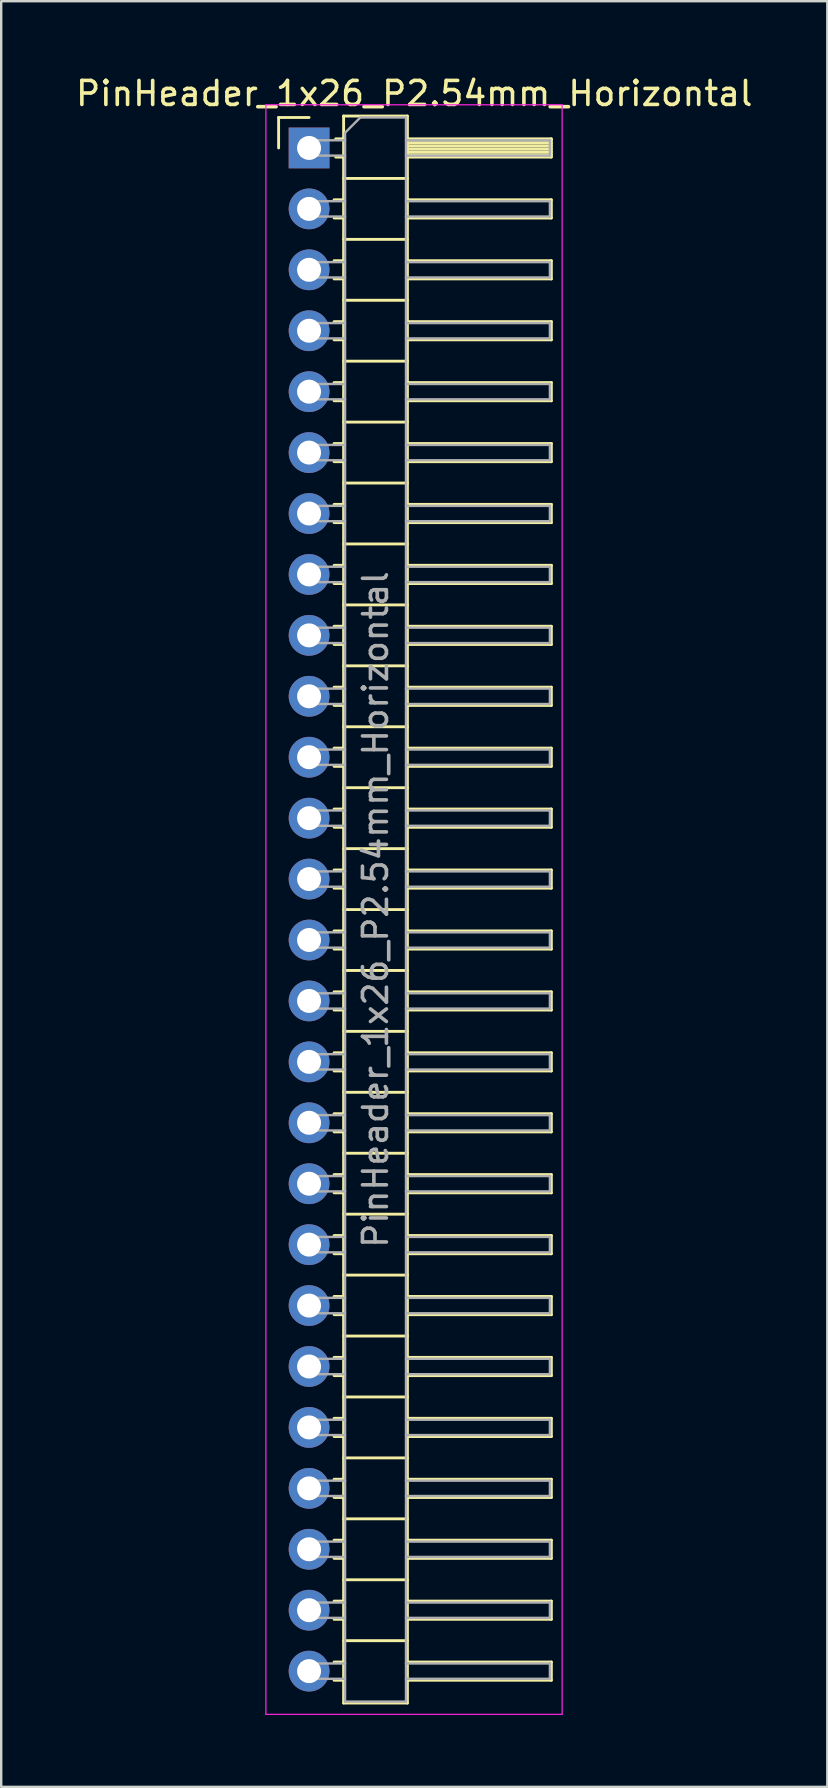
<source format=kicad_pcb>
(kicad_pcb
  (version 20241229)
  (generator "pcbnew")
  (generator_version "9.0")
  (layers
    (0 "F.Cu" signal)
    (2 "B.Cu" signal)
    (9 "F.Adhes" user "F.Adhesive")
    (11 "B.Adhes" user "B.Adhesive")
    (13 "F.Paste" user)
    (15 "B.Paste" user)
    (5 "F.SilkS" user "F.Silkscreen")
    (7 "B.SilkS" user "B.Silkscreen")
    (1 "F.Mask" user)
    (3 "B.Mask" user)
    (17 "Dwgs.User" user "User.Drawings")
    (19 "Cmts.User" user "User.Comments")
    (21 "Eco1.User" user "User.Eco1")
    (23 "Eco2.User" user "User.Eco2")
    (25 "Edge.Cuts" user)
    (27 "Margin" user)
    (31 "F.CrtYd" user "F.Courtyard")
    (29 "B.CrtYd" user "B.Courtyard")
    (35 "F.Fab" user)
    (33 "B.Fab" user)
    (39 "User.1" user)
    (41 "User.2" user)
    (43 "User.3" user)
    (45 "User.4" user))
  (footprint "PinHeader_1x26_P2.54mm_Horizontal"
    (layer "F.Cu")
    (at 9.835 3.118)
    (property "Reference" "PinHeader_1x26_P2.54mm_Horizontal" (at 4.385 -2.27 0) (layer "F.SilkS") (effects (font (size 1 1) (thickness 0.15))))
    (attr through_hole)
    (fp_line (start -1.27 -1.27) (end 0 -1.27) (stroke (width 0.12) (type solid)) (layer "F.SilkS"))
    (fp_line (start -1.27 0) (end -1.27 -1.27) (stroke (width 0.12) (type solid)) (layer "F.SilkS"))
    (fp_line (start 1.043 2.16) (end 1.44 2.16) (stroke (width 0.12) (type solid)) (layer "F.SilkS"))
    (fp_line (start 1.043 2.92) (end 1.44 2.92) (stroke (width 0.12) (type solid)) (layer "F.SilkS"))
    (fp_line (start 1.043 4.7) (end 1.44 4.7) (stroke (width 0.12) (type solid)) (layer "F.SilkS"))
    (fp_line (start 1.043 5.46) (end 1.44 5.46) (stroke (width 0.12) (type solid)) (layer "F.SilkS"))
    (fp_line (start 1.043 7.24) (end 1.44 7.24) (stroke (width 0.12) (type solid)) (layer "F.SilkS"))
    (fp_line (start 1.043 8) (end 1.44 8) (stroke (width 0.12) (type solid)) (layer "F.SilkS"))
    (fp_line (start 1.043 9.78) (end 1.44 9.78) (stroke (width 0.12) (type solid)) (layer "F.SilkS"))
    (fp_line (start 1.043 10.54) (end 1.44 10.54) (stroke (width 0.12) (type solid)) (layer "F.SilkS"))
    (fp_line (start 1.043 12.32) (end 1.44 12.32) (stroke (width 0.12) (type solid)) (layer "F.SilkS"))
    (fp_line (start 1.043 13.08) (end 1.44 13.08) (stroke (width 0.12) (type solid)) (layer "F.SilkS"))
    (fp_line (start 1.043 14.86) (end 1.44 14.86) (stroke (width 0.12) (type solid)) (layer "F.SilkS"))
    (fp_line (start 1.043 15.62) (end 1.44 15.62) (stroke (width 0.12) (type solid)) (layer "F.SilkS"))
    (fp_line (start 1.043 17.4) (end 1.44 17.4) (stroke (width 0.12) (type solid)) (layer "F.SilkS"))
    (fp_line (start 1.043 18.16) (end 1.44 18.16) (stroke (width 0.12) (type solid)) (layer "F.SilkS"))
    (fp_line (start 1.043 19.94) (end 1.44 19.94) (stroke (width 0.12) (type solid)) (layer "F.SilkS"))
    (fp_line (start 1.043 20.7) (end 1.44 20.7) (stroke (width 0.12) (type solid)) (layer "F.SilkS"))
    (fp_line (start 1.043 22.48) (end 1.44 22.48) (stroke (width 0.12) (type solid)) (layer "F.SilkS"))
    (fp_line (start 1.043 23.24) (end 1.44 23.24) (stroke (width 0.12) (type solid)) (layer "F.SilkS"))
    (fp_line (start 1.043 25.02) (end 1.44 25.02) (stroke (width 0.12) (type solid)) (layer "F.SilkS"))
    (fp_line (start 1.043 25.78) (end 1.44 25.78) (stroke (width 0.12) (type solid)) (layer "F.SilkS"))
    (fp_line (start 1.043 27.56) (end 1.44 27.56) (stroke (width 0.12) (type solid)) (layer "F.SilkS"))
    (fp_line (start 1.043 28.32) (end 1.44 28.32) (stroke (width 0.12) (type solid)) (layer "F.SilkS"))
    (fp_line (start 1.043 30.1) (end 1.44 30.1) (stroke (width 0.12) (type solid)) (layer "F.SilkS"))
    (fp_line (start 1.043 30.86) (end 1.44 30.86) (stroke (width 0.12) (type solid)) (layer "F.SilkS"))
    (fp_line (start 1.043 32.64) (end 1.44 32.64) (stroke (width 0.12) (type solid)) (layer "F.SilkS"))
    (fp_line (start 1.043 33.4) (end 1.44 33.4) (stroke (width 0.12) (type solid)) (layer "F.SilkS"))
    (fp_line (start 1.043 35.18) (end 1.44 35.18) (stroke (width 0.12) (type solid)) (layer "F.SilkS"))
    (fp_line (start 1.043 35.94) (end 1.44 35.94) (stroke (width 0.12) (type solid)) (layer "F.SilkS"))
    (fp_line (start 1.043 37.72) (end 1.44 37.72) (stroke (width 0.12) (type solid)) (layer "F.SilkS"))
    (fp_line (start 1.043 38.48) (end 1.44 38.48) (stroke (width 0.12) (type solid)) (layer "F.SilkS"))
    (fp_line (start 1.043 40.26) (end 1.44 40.26) (stroke (width 0.12) (type solid)) (layer "F.SilkS"))
    (fp_line (start 1.043 41.02) (end 1.44 41.02) (stroke (width 0.12) (type solid)) (layer "F.SilkS"))
    (fp_line (start 1.043 42.8) (end 1.44 42.8) (stroke (width 0.12) (type solid)) (layer "F.SilkS"))
    (fp_line (start 1.043 43.56) (end 1.44 43.56) (stroke (width 0.12) (type solid)) (layer "F.SilkS"))
    (fp_line (start 1.043 45.34) (end 1.44 45.34) (stroke (width 0.12) (type solid)) (layer "F.SilkS"))
    (fp_line (start 1.043 46.1) (end 1.44 46.1) (stroke (width 0.12) (type solid)) (layer "F.SilkS"))
    (fp_line (start 1.043 47.88) (end 1.44 47.88) (stroke (width 0.12) (type solid)) (layer "F.SilkS"))
    (fp_line (start 1.043 48.64) (end 1.44 48.64) (stroke (width 0.12) (type solid)) (layer "F.SilkS"))
    (fp_line (start 1.043 50.42) (end 1.44 50.42) (stroke (width 0.12) (type solid)) (layer "F.SilkS"))
    (fp_line (start 1.043 51.18) (end 1.44 51.18) (stroke (width 0.12) (type solid)) (layer "F.SilkS"))
    (fp_line (start 1.043 52.96) (end 1.44 52.96) (stroke (width 0.12) (type solid)) (layer "F.SilkS"))
    (fp_line (start 1.043 53.72) (end 1.44 53.72) (stroke (width 0.12) (type solid)) (layer "F.SilkS"))
    (fp_line (start 1.043 55.5) (end 1.44 55.5) (stroke (width 0.12) (type solid)) (layer "F.SilkS"))
    (fp_line (start 1.043 56.26) (end 1.44 56.26) (stroke (width 0.12) (type solid)) (layer "F.SilkS"))
    (fp_line (start 1.043 58.04) (end 1.44 58.04) (stroke (width 0.12) (type solid)) (layer "F.SilkS"))
    (fp_line (start 1.043 58.8) (end 1.44 58.8) (stroke (width 0.12) (type solid)) (layer "F.SilkS"))
    (fp_line (start 1.043 60.58) (end 1.44 60.58) (stroke (width 0.12) (type solid)) (layer "F.SilkS"))
    (fp_line (start 1.043 61.34) (end 1.44 61.34) (stroke (width 0.12) (type solid)) (layer "F.SilkS"))
    (fp_line (start 1.043 63.12) (end 1.44 63.12) (stroke (width 0.12) (type solid)) (layer "F.SilkS"))
    (fp_line (start 1.043 63.88) (end 1.44 63.88) (stroke (width 0.12) (type solid)) (layer "F.SilkS"))
    (fp_line (start 1.11 -0.38) (end 1.44 -0.38) (stroke (width 0.12) (type solid)) (layer "F.SilkS"))
    (fp_line (start 1.11 0.38) (end 1.44 0.38) (stroke (width 0.12) (type solid)) (layer "F.SilkS"))
    (fp_line (start 1.44 -1.33) (end 1.44 64.83) (stroke (width 0.12) (type solid)) (layer "F.SilkS"))
    (fp_line (start 1.44 1.27) (end 4.1 1.27) (stroke (width 0.12) (type solid)) (layer "F.SilkS"))
    (fp_line (start 1.44 3.81) (end 4.1 3.81) (stroke (width 0.12) (type solid)) (layer "F.SilkS"))
    (fp_line (start 1.44 6.35) (end 4.1 6.35) (stroke (width 0.12) (type solid)) (layer "F.SilkS"))
    (fp_line (start 1.44 8.89) (end 4.1 8.89) (stroke (width 0.12) (type solid)) (layer "F.SilkS"))
    (fp_line (start 1.44 11.43) (end 4.1 11.43) (stroke (width 0.12) (type solid)) (layer "F.SilkS"))
    (fp_line (start 1.44 13.97) (end 4.1 13.97) (stroke (width 0.12) (type solid)) (layer "F.SilkS"))
    (fp_line (start 1.44 16.51) (end 4.1 16.51) (stroke (width 0.12) (type solid)) (layer "F.SilkS"))
    (fp_line (start 1.44 19.05) (end 4.1 19.05) (stroke (width 0.12) (type solid)) (layer "F.SilkS"))
    (fp_line (start 1.44 21.59) (end 4.1 21.59) (stroke (width 0.12) (type solid)) (layer "F.SilkS"))
    (fp_line (start 1.44 24.13) (end 4.1 24.13) (stroke (width 0.12) (type solid)) (layer "F.SilkS"))
    (fp_line (start 1.44 26.67) (end 4.1 26.67) (stroke (width 0.12) (type solid)) (layer "F.SilkS"))
    (fp_line (start 1.44 29.21) (end 4.1 29.21) (stroke (width 0.12) (type solid)) (layer "F.SilkS"))
    (fp_line (start 1.44 31.75) (end 4.1 31.75) (stroke (width 0.12) (type solid)) (layer "F.SilkS"))
    (fp_line (start 1.44 34.29) (end 4.1 34.29) (stroke (width 0.12) (type solid)) (layer "F.SilkS"))
    (fp_line (start 1.44 36.83) (end 4.1 36.83) (stroke (width 0.12) (type solid)) (layer "F.SilkS"))
    (fp_line (start 1.44 39.37) (end 4.1 39.37) (stroke (width 0.12) (type solid)) (layer "F.SilkS"))
    (fp_line (start 1.44 41.91) (end 4.1 41.91) (stroke (width 0.12) (type solid)) (layer "F.SilkS"))
    (fp_line (start 1.44 44.45) (end 4.1 44.45) (stroke (width 0.12) (type solid)) (layer "F.SilkS"))
    (fp_line (start 1.44 46.99) (end 4.1 46.99) (stroke (width 0.12) (type solid)) (layer "F.SilkS"))
    (fp_line (start 1.44 49.53) (end 4.1 49.53) (stroke (width 0.12) (type solid)) (layer "F.SilkS"))
    (fp_line (start 1.44 52.07) (end 4.1 52.07) (stroke (width 0.12) (type solid)) (layer "F.SilkS"))
    (fp_line (start 1.44 54.61) (end 4.1 54.61) (stroke (width 0.12) (type solid)) (layer "F.SilkS"))
    (fp_line (start 1.44 57.15) (end 4.1 57.15) (stroke (width 0.12) (type solid)) (layer "F.SilkS"))
    (fp_line (start 1.44 59.69) (end 4.1 59.69) (stroke (width 0.12) (type solid)) (layer "F.SilkS"))
    (fp_line (start 1.44 62.23) (end 4.1 62.23) (stroke (width 0.12) (type solid)) (layer "F.SilkS"))
    (fp_line (start 1.44 64.83) (end 4.1 64.83) (stroke (width 0.12) (type solid)) (layer "F.SilkS"))
    (fp_line (start 4.1 -1.33) (end 1.44 -1.33) (stroke (width 0.12) (type solid)) (layer "F.SilkS"))
    (fp_line (start 4.1 -0.38) (end 10.1 -0.38) (stroke (width 0.12) (type solid)) (layer "F.SilkS"))
    (fp_line (start 4.1 -0.32) (end 10.1 -0.32) (stroke (width 0.12) (type solid)) (layer "F.SilkS"))
    (fp_line (start 4.1 -0.2) (end 10.1 -0.2) (stroke (width 0.12) (type solid)) (layer "F.SilkS"))
    (fp_line (start 4.1 -0.08) (end 10.1 -0.08) (stroke (width 0.12) (type solid)) (layer "F.SilkS"))
    (fp_line (start 4.1 0.04) (end 10.1 0.04) (stroke (width 0.12) (type solid)) (layer "F.SilkS"))
    (fp_line (start 4.1 0.16) (end 10.1 0.16) (stroke (width 0.12) (type solid)) (layer "F.SilkS"))
    (fp_line (start 4.1 0.28) (end 10.1 0.28) (stroke (width 0.12) (type solid)) (layer "F.SilkS"))
    (fp_line (start 4.1 2.16) (end 10.1 2.16) (stroke (width 0.12) (type solid)) (layer "F.SilkS"))
    (fp_line (start 4.1 4.7) (end 10.1 4.7) (stroke (width 0.12) (type solid)) (layer "F.SilkS"))
    (fp_line (start 4.1 7.24) (end 10.1 7.24) (stroke (width 0.12) (type solid)) (layer "F.SilkS"))
    (fp_line (start 4.1 9.78) (end 10.1 9.78) (stroke (width 0.12) (type solid)) (layer "F.SilkS"))
    (fp_line (start 4.1 12.32) (end 10.1 12.32) (stroke (width 0.12) (type solid)) (layer "F.SilkS"))
    (fp_line (start 4.1 14.86) (end 10.1 14.86) (stroke (width 0.12) (type solid)) (layer "F.SilkS"))
    (fp_line (start 4.1 17.4) (end 10.1 17.4) (stroke (width 0.12) (type solid)) (layer "F.SilkS"))
    (fp_line (start 4.1 19.94) (end 10.1 19.94) (stroke (width 0.12) (type solid)) (layer "F.SilkS"))
    (fp_line (start 4.1 22.48) (end 10.1 22.48) (stroke (width 0.12) (type solid)) (layer "F.SilkS"))
    (fp_line (start 4.1 25.02) (end 10.1 25.02) (stroke (width 0.12) (type solid)) (layer "F.SilkS"))
    (fp_line (start 4.1 27.56) (end 10.1 27.56) (stroke (width 0.12) (type solid)) (layer "F.SilkS"))
    (fp_line (start 4.1 30.1) (end 10.1 30.1) (stroke (width 0.12) (type solid)) (layer "F.SilkS"))
    (fp_line (start 4.1 32.64) (end 10.1 32.64) (stroke (width 0.12) (type solid)) (layer "F.SilkS"))
    (fp_line (start 4.1 35.18) (end 10.1 35.18) (stroke (width 0.12) (type solid)) (layer "F.SilkS"))
    (fp_line (start 4.1 37.72) (end 10.1 37.72) (stroke (width 0.12) (type solid)) (layer "F.SilkS"))
    (fp_line (start 4.1 40.26) (end 10.1 40.26) (stroke (width 0.12) (type solid)) (layer "F.SilkS"))
    (fp_line (start 4.1 42.8) (end 10.1 42.8) (stroke (width 0.12) (type solid)) (layer "F.SilkS"))
    (fp_line (start 4.1 45.34) (end 10.1 45.34) (stroke (width 0.12) (type solid)) (layer "F.SilkS"))
    (fp_line (start 4.1 47.88) (end 10.1 47.88) (stroke (width 0.12) (type solid)) (layer "F.SilkS"))
    (fp_line (start 4.1 50.42) (end 10.1 50.42) (stroke (width 0.12) (type solid)) (layer "F.SilkS"))
    (fp_line (start 4.1 52.96) (end 10.1 52.96) (stroke (width 0.12) (type solid)) (layer "F.SilkS"))
    (fp_line (start 4.1 55.5) (end 10.1 55.5) (stroke (width 0.12) (type solid)) (layer "F.SilkS"))
    (fp_line (start 4.1 58.04) (end 10.1 58.04) (stroke (width 0.12) (type solid)) (layer "F.SilkS"))
    (fp_line (start 4.1 60.58) (end 10.1 60.58) (stroke (width 0.12) (type solid)) (layer "F.SilkS"))
    (fp_line (start 4.1 63.12) (end 10.1 63.12) (stroke (width 0.12) (type solid)) (layer "F.SilkS"))
    (fp_line (start 4.1 64.83) (end 4.1 -1.33) (stroke (width 0.12) (type solid)) (layer "F.SilkS"))
    (fp_line (start 10.1 -0.38) (end 10.1 0.38) (stroke (width 0.12) (type solid)) (layer "F.SilkS"))
    (fp_line (start 10.1 0.38) (end 4.1 0.38) (stroke (width 0.12) (type solid)) (layer "F.SilkS"))
    (fp_line (start 10.1 2.16) (end 10.1 2.92) (stroke (width 0.12) (type solid)) (layer "F.SilkS"))
    (fp_line (start 10.1 2.92) (end 4.1 2.92) (stroke (width 0.12) (type solid)) (layer "F.SilkS"))
    (fp_line (start 10.1 4.7) (end 10.1 5.46) (stroke (width 0.12) (type solid)) (layer "F.SilkS"))
    (fp_line (start 10.1 5.46) (end 4.1 5.46) (stroke (width 0.12) (type solid)) (layer "F.SilkS"))
    (fp_line (start 10.1 7.24) (end 10.1 8) (stroke (width 0.12) (type solid)) (layer "F.SilkS"))
    (fp_line (start 10.1 8) (end 4.1 8) (stroke (width 0.12) (type solid)) (layer "F.SilkS"))
    (fp_line (start 10.1 9.78) (end 10.1 10.54) (stroke (width 0.12) (type solid)) (layer "F.SilkS"))
    (fp_line (start 10.1 10.54) (end 4.1 10.54) (stroke (width 0.12) (type solid)) (layer "F.SilkS"))
    (fp_line (start 10.1 12.32) (end 10.1 13.08) (stroke (width 0.12) (type solid)) (layer "F.SilkS"))
    (fp_line (start 10.1 13.08) (end 4.1 13.08) (stroke (width 0.12) (type solid)) (layer "F.SilkS"))
    (fp_line (start 10.1 14.86) (end 10.1 15.62) (stroke (width 0.12) (type solid)) (layer "F.SilkS"))
    (fp_line (start 10.1 15.62) (end 4.1 15.62) (stroke (width 0.12) (type solid)) (layer "F.SilkS"))
    (fp_line (start 10.1 17.4) (end 10.1 18.16) (stroke (width 0.12) (type solid)) (layer "F.SilkS"))
    (fp_line (start 10.1 18.16) (end 4.1 18.16) (stroke (width 0.12) (type solid)) (layer "F.SilkS"))
    (fp_line (start 10.1 19.94) (end 10.1 20.7) (stroke (width 0.12) (type solid)) (layer "F.SilkS"))
    (fp_line (start 10.1 20.7) (end 4.1 20.7) (stroke (width 0.12) (type solid)) (layer "F.SilkS"))
    (fp_line (start 10.1 22.48) (end 10.1 23.24) (stroke (width 0.12) (type solid)) (layer "F.SilkS"))
    (fp_line (start 10.1 23.24) (end 4.1 23.24) (stroke (width 0.12) (type solid)) (layer "F.SilkS"))
    (fp_line (start 10.1 25.02) (end 10.1 25.78) (stroke (width 0.12) (type solid)) (layer "F.SilkS"))
    (fp_line (start 10.1 25.78) (end 4.1 25.78) (stroke (width 0.12) (type solid)) (layer "F.SilkS"))
    (fp_line (start 10.1 27.56) (end 10.1 28.32) (stroke (width 0.12) (type solid)) (layer "F.SilkS"))
    (fp_line (start 10.1 28.32) (end 4.1 28.32) (stroke (width 0.12) (type solid)) (layer "F.SilkS"))
    (fp_line (start 10.1 30.1) (end 10.1 30.86) (stroke (width 0.12) (type solid)) (layer "F.SilkS"))
    (fp_line (start 10.1 30.86) (end 4.1 30.86) (stroke (width 0.12) (type solid)) (layer "F.SilkS"))
    (fp_line (start 10.1 32.64) (end 10.1 33.4) (stroke (width 0.12) (type solid)) (layer "F.SilkS"))
    (fp_line (start 10.1 33.4) (end 4.1 33.4) (stroke (width 0.12) (type solid)) (layer "F.SilkS"))
    (fp_line (start 10.1 35.18) (end 10.1 35.94) (stroke (width 0.12) (type solid)) (layer "F.SilkS"))
    (fp_line (start 10.1 35.94) (end 4.1 35.94) (stroke (width 0.12) (type solid)) (layer "F.SilkS"))
    (fp_line (start 10.1 37.72) (end 10.1 38.48) (stroke (width 0.12) (type solid)) (layer "F.SilkS"))
    (fp_line (start 10.1 38.48) (end 4.1 38.48) (stroke (width 0.12) (type solid)) (layer "F.SilkS"))
    (fp_line (start 10.1 40.26) (end 10.1 41.02) (stroke (width 0.12) (type solid)) (layer "F.SilkS"))
    (fp_line (start 10.1 41.02) (end 4.1 41.02) (stroke (width 0.12) (type solid)) (layer "F.SilkS"))
    (fp_line (start 10.1 42.8) (end 10.1 43.56) (stroke (width 0.12) (type solid)) (layer "F.SilkS"))
    (fp_line (start 10.1 43.56) (end 4.1 43.56) (stroke (width 0.12) (type solid)) (layer "F.SilkS"))
    (fp_line (start 10.1 45.34) (end 10.1 46.1) (stroke (width 0.12) (type solid)) (layer "F.SilkS"))
    (fp_line (start 10.1 46.1) (end 4.1 46.1) (stroke (width 0.12) (type solid)) (layer "F.SilkS"))
    (fp_line (start 10.1 47.88) (end 10.1 48.64) (stroke (width 0.12) (type solid)) (layer "F.SilkS"))
    (fp_line (start 10.1 48.64) (end 4.1 48.64) (stroke (width 0.12) (type solid)) (layer "F.SilkS"))
    (fp_line (start 10.1 50.42) (end 10.1 51.18) (stroke (width 0.12) (type solid)) (layer "F.SilkS"))
    (fp_line (start 10.1 51.18) (end 4.1 51.18) (stroke (width 0.12) (type solid)) (layer "F.SilkS"))
    (fp_line (start 10.1 52.96) (end 10.1 53.72) (stroke (width 0.12) (type solid)) (layer "F.SilkS"))
    (fp_line (start 10.1 53.72) (end 4.1 53.72) (stroke (width 0.12) (type solid)) (layer "F.SilkS"))
    (fp_line (start 10.1 55.5) (end 10.1 56.26) (stroke (width 0.12) (type solid)) (layer "F.SilkS"))
    (fp_line (start 10.1 56.26) (end 4.1 56.26) (stroke (width 0.12) (type solid)) (layer "F.SilkS"))
    (fp_line (start 10.1 58.04) (end 10.1 58.8) (stroke (width 0.12) (type solid)) (layer "F.SilkS"))
    (fp_line (start 10.1 58.8) (end 4.1 58.8) (stroke (width 0.12) (type solid)) (layer "F.SilkS"))
    (fp_line (start 10.1 60.58) (end 10.1 61.34) (stroke (width 0.12) (type solid)) (layer "F.SilkS"))
    (fp_line (start 10.1 61.34) (end 4.1 61.34) (stroke (width 0.12) (type solid)) (layer "F.SilkS"))
    (fp_line (start 10.1 63.12) (end 10.1 63.88) (stroke (width 0.12) (type solid)) (layer "F.SilkS"))
    (fp_line (start 10.1 63.88) (end 4.1 63.88) (stroke (width 0.12) (type solid)) (layer "F.SilkS"))
    (fp_line (start -1.8 -1.8) (end -1.8 65.3) (stroke (width 0.05) (type solid)) (layer "F.CrtYd"))
    (fp_line (start -1.8 65.3) (end 10.55 65.3) (stroke (width 0.05) (type solid)) (layer "F.CrtYd"))
    (fp_line (start 10.55 -1.8) (end -1.8 -1.8) (stroke (width 0.05) (type solid)) (layer "F.CrtYd"))
    (fp_line (start 10.55 65.3) (end 10.55 -1.8) (stroke (width 0.05) (type solid)) (layer "F.CrtYd"))
    (fp_line (start -0.32 -0.32) (end -0.32 0.32) (stroke (width 0.1) (type solid)) (layer "F.Fab"))
    (fp_line (start -0.32 -0.32) (end 1.5 -0.32) (stroke (width 0.1) (type solid)) (layer "F.Fab"))
    (fp_line (start -0.32 0.32) (end 1.5 0.32) (stroke (width 0.1) (type solid)) (layer "F.Fab"))
    (fp_line (start -0.32 2.22) (end -0.32 2.86) (stroke (width 0.1) (type solid)) (layer "F.Fab"))
    (fp_line (start -0.32 2.22) (end 1.5 2.22) (stroke (width 0.1) (type solid)) (layer "F.Fab"))
    (fp_line (start -0.32 2.86) (end 1.5 2.86) (stroke (width 0.1) (type solid)) (layer "F.Fab"))
    (fp_line (start -0.32 4.76) (end -0.32 5.4) (stroke (width 0.1) (type solid)) (layer "F.Fab"))
    (fp_line (start -0.32 4.76) (end 1.5 4.76) (stroke (width 0.1) (type solid)) (layer "F.Fab"))
    (fp_line (start -0.32 5.4) (end 1.5 5.4) (stroke (width 0.1) (type solid)) (layer "F.Fab"))
    (fp_line (start -0.32 7.3) (end -0.32 7.94) (stroke (width 0.1) (type solid)) (layer "F.Fab"))
    (fp_line (start -0.32 7.3) (end 1.5 7.3) (stroke (width 0.1) (type solid)) (layer "F.Fab"))
    (fp_line (start -0.32 7.94) (end 1.5 7.94) (stroke (width 0.1) (type solid)) (layer "F.Fab"))
    (fp_line (start -0.32 9.84) (end -0.32 10.48) (stroke (width 0.1) (type solid)) (layer "F.Fab"))
    (fp_line (start -0.32 9.84) (end 1.5 9.84) (stroke (width 0.1) (type solid)) (layer "F.Fab"))
    (fp_line (start -0.32 10.48) (end 1.5 10.48) (stroke (width 0.1) (type solid)) (layer "F.Fab"))
    (fp_line (start -0.32 12.38) (end -0.32 13.02) (stroke (width 0.1) (type solid)) (layer "F.Fab"))
    (fp_line (start -0.32 12.38) (end 1.5 12.38) (stroke (width 0.1) (type solid)) (layer "F.Fab"))
    (fp_line (start -0.32 13.02) (end 1.5 13.02) (stroke (width 0.1) (type solid)) (layer "F.Fab"))
    (fp_line (start -0.32 14.92) (end -0.32 15.56) (stroke (width 0.1) (type solid)) (layer "F.Fab"))
    (fp_line (start -0.32 14.92) (end 1.5 14.92) (stroke (width 0.1) (type solid)) (layer "F.Fab"))
    (fp_line (start -0.32 15.56) (end 1.5 15.56) (stroke (width 0.1) (type solid)) (layer "F.Fab"))
    (fp_line (start -0.32 17.46) (end -0.32 18.1) (stroke (width 0.1) (type solid)) (layer "F.Fab"))
    (fp_line (start -0.32 17.46) (end 1.5 17.46) (stroke (width 0.1) (type solid)) (layer "F.Fab"))
    (fp_line (start -0.32 18.1) (end 1.5 18.1) (stroke (width 0.1) (type solid)) (layer "F.Fab"))
    (fp_line (start -0.32 20) (end -0.32 20.64) (stroke (width 0.1) (type solid)) (layer "F.Fab"))
    (fp_line (start -0.32 20) (end 1.5 20) (stroke (width 0.1) (type solid)) (layer "F.Fab"))
    (fp_line (start -0.32 20.64) (end 1.5 20.64) (stroke (width 0.1) (type solid)) (layer "F.Fab"))
    (fp_line (start -0.32 22.54) (end -0.32 23.18) (stroke (width 0.1) (type solid)) (layer "F.Fab"))
    (fp_line (start -0.32 22.54) (end 1.5 22.54) (stroke (width 0.1) (type solid)) (layer "F.Fab"))
    (fp_line (start -0.32 23.18) (end 1.5 23.18) (stroke (width 0.1) (type solid)) (layer "F.Fab"))
    (fp_line (start -0.32 25.08) (end -0.32 25.72) (stroke (width 0.1) (type solid)) (layer "F.Fab"))
    (fp_line (start -0.32 25.08) (end 1.5 25.08) (stroke (width 0.1) (type solid)) (layer "F.Fab"))
    (fp_line (start -0.32 25.72) (end 1.5 25.72) (stroke (width 0.1) (type solid)) (layer "F.Fab"))
    (fp_line (start -0.32 27.62) (end -0.32 28.26) (stroke (width 0.1) (type solid)) (layer "F.Fab"))
    (fp_line (start -0.32 27.62) (end 1.5 27.62) (stroke (width 0.1) (type solid)) (layer "F.Fab"))
    (fp_line (start -0.32 28.26) (end 1.5 28.26) (stroke (width 0.1) (type solid)) (layer "F.Fab"))
    (fp_line (start -0.32 30.16) (end -0.32 30.8) (stroke (width 0.1) (type solid)) (layer "F.Fab"))
    (fp_line (start -0.32 30.16) (end 1.5 30.16) (stroke (width 0.1) (type solid)) (layer "F.Fab"))
    (fp_line (start -0.32 30.8) (end 1.5 30.8) (stroke (width 0.1) (type solid)) (layer "F.Fab"))
    (fp_line (start -0.32 32.7) (end -0.32 33.34) (stroke (width 0.1) (type solid)) (layer "F.Fab"))
    (fp_line (start -0.32 32.7) (end 1.5 32.7) (stroke (width 0.1) (type solid)) (layer "F.Fab"))
    (fp_line (start -0.32 33.34) (end 1.5 33.34) (stroke (width 0.1) (type solid)) (layer "F.Fab"))
    (fp_line (start -0.32 35.24) (end -0.32 35.88) (stroke (width 0.1) (type solid)) (layer "F.Fab"))
    (fp_line (start -0.32 35.24) (end 1.5 35.24) (stroke (width 0.1) (type solid)) (layer "F.Fab"))
    (fp_line (start -0.32 35.88) (end 1.5 35.88) (stroke (width 0.1) (type solid)) (layer "F.Fab"))
    (fp_line (start -0.32 37.78) (end -0.32 38.42) (stroke (width 0.1) (type solid)) (layer "F.Fab"))
    (fp_line (start -0.32 37.78) (end 1.5 37.78) (stroke (width 0.1) (type solid)) (layer "F.Fab"))
    (fp_line (start -0.32 38.42) (end 1.5 38.42) (stroke (width 0.1) (type solid)) (layer "F.Fab"))
    (fp_line (start -0.32 40.32) (end -0.32 40.96) (stroke (width 0.1) (type solid)) (layer "F.Fab"))
    (fp_line (start -0.32 40.32) (end 1.5 40.32) (stroke (width 0.1) (type solid)) (layer "F.Fab"))
    (fp_line (start -0.32 40.96) (end 1.5 40.96) (stroke (width 0.1) (type solid)) (layer "F.Fab"))
    (fp_line (start -0.32 42.86) (end -0.32 43.5) (stroke (width 0.1) (type solid)) (layer "F.Fab"))
    (fp_line (start -0.32 42.86) (end 1.5 42.86) (stroke (width 0.1) (type solid)) (layer "F.Fab"))
    (fp_line (start -0.32 43.5) (end 1.5 43.5) (stroke (width 0.1) (type solid)) (layer "F.Fab"))
    (fp_line (start -0.32 45.4) (end -0.32 46.04) (stroke (width 0.1) (type solid)) (layer "F.Fab"))
    (fp_line (start -0.32 45.4) (end 1.5 45.4) (stroke (width 0.1) (type solid)) (layer "F.Fab"))
    (fp_line (start -0.32 46.04) (end 1.5 46.04) (stroke (width 0.1) (type solid)) (layer "F.Fab"))
    (fp_line (start -0.32 47.94) (end -0.32 48.58) (stroke (width 0.1) (type solid)) (layer "F.Fab"))
    (fp_line (start -0.32 47.94) (end 1.5 47.94) (stroke (width 0.1) (type solid)) (layer "F.Fab"))
    (fp_line (start -0.32 48.58) (end 1.5 48.58) (stroke (width 0.1) (type solid)) (layer "F.Fab"))
    (fp_line (start -0.32 50.48) (end -0.32 51.12) (stroke (width 0.1) (type solid)) (layer "F.Fab"))
    (fp_line (start -0.32 50.48) (end 1.5 50.48) (stroke (width 0.1) (type solid)) (layer "F.Fab"))
    (fp_line (start -0.32 51.12) (end 1.5 51.12) (stroke (width 0.1) (type solid)) (layer "F.Fab"))
    (fp_line (start -0.32 53.02) (end -0.32 53.66) (stroke (width 0.1) (type solid)) (layer "F.Fab"))
    (fp_line (start -0.32 53.02) (end 1.5 53.02) (stroke (width 0.1) (type solid)) (layer "F.Fab"))
    (fp_line (start -0.32 53.66) (end 1.5 53.66) (stroke (width 0.1) (type solid)) (layer "F.Fab"))
    (fp_line (start -0.32 55.56) (end -0.32 56.2) (stroke (width 0.1) (type solid)) (layer "F.Fab"))
    (fp_line (start -0.32 55.56) (end 1.5 55.56) (stroke (width 0.1) (type solid)) (layer "F.Fab"))
    (fp_line (start -0.32 56.2) (end 1.5 56.2) (stroke (width 0.1) (type solid)) (layer "F.Fab"))
    (fp_line (start -0.32 58.1) (end -0.32 58.74) (stroke (width 0.1) (type solid)) (layer "F.Fab"))
    (fp_line (start -0.32 58.1) (end 1.5 58.1) (stroke (width 0.1) (type solid)) (layer "F.Fab"))
    (fp_line (start -0.32 58.74) (end 1.5 58.74) (stroke (width 0.1) (type solid)) (layer "F.Fab"))
    (fp_line (start -0.32 60.64) (end -0.32 61.28) (stroke (width 0.1) (type solid)) (layer "F.Fab"))
    (fp_line (start -0.32 60.64) (end 1.5 60.64) (stroke (width 0.1) (type solid)) (layer "F.Fab"))
    (fp_line (start -0.32 61.28) (end 1.5 61.28) (stroke (width 0.1) (type solid)) (layer "F.Fab"))
    (fp_line (start -0.32 63.18) (end -0.32 63.82) (stroke (width 0.1) (type solid)) (layer "F.Fab"))
    (fp_line (start -0.32 63.18) (end 1.5 63.18) (stroke (width 0.1) (type solid)) (layer "F.Fab"))
    (fp_line (start -0.32 63.82) (end 1.5 63.82) (stroke (width 0.1) (type solid)) (layer "F.Fab"))
    (fp_line (start 1.5 -0.635) (end 2.135 -1.27) (stroke (width 0.1) (type solid)) (layer "F.Fab"))
    (fp_line (start 1.5 64.77) (end 1.5 -0.635) (stroke (width 0.1) (type solid)) (layer "F.Fab"))
    (fp_line (start 2.135 -1.27) (end 4.04 -1.27) (stroke (width 0.1) (type solid)) (layer "F.Fab"))
    (fp_line (start 4.04 -1.27) (end 4.04 64.77) (stroke (width 0.1) (type solid)) (layer "F.Fab"))
    (fp_line (start 4.04 -0.32) (end 10.04 -0.32) (stroke (width 0.1) (type solid)) (layer "F.Fab"))
    (fp_line (start 4.04 0.32) (end 10.04 0.32) (stroke (width 0.1) (type solid)) (layer "F.Fab"))
    (fp_line (start 4.04 2.22) (end 10.04 2.22) (stroke (width 0.1) (type solid)) (layer "F.Fab"))
    (fp_line (start 4.04 2.86) (end 10.04 2.86) (stroke (width 0.1) (type solid)) (layer "F.Fab"))
    (fp_line (start 4.04 4.76) (end 10.04 4.76) (stroke (width 0.1) (type solid)) (layer "F.Fab"))
    (fp_line (start 4.04 5.4) (end 10.04 5.4) (stroke (width 0.1) (type solid)) (layer "F.Fab"))
    (fp_line (start 4.04 7.3) (end 10.04 7.3) (stroke (width 0.1) (type solid)) (layer "F.Fab"))
    (fp_line (start 4.04 7.94) (end 10.04 7.94) (stroke (width 0.1) (type solid)) (layer "F.Fab"))
    (fp_line (start 4.04 9.84) (end 10.04 9.84) (stroke (width 0.1) (type solid)) (layer "F.Fab"))
    (fp_line (start 4.04 10.48) (end 10.04 10.48) (stroke (width 0.1) (type solid)) (layer "F.Fab"))
    (fp_line (start 4.04 12.38) (end 10.04 12.38) (stroke (width 0.1) (type solid)) (layer "F.Fab"))
    (fp_line (start 4.04 13.02) (end 10.04 13.02) (stroke (width 0.1) (type solid)) (layer "F.Fab"))
    (fp_line (start 4.04 14.92) (end 10.04 14.92) (stroke (width 0.1) (type solid)) (layer "F.Fab"))
    (fp_line (start 4.04 15.56) (end 10.04 15.56) (stroke (width 0.1) (type solid)) (layer "F.Fab"))
    (fp_line (start 4.04 17.46) (end 10.04 17.46) (stroke (width 0.1) (type solid)) (layer "F.Fab"))
    (fp_line (start 4.04 18.1) (end 10.04 18.1) (stroke (width 0.1) (type solid)) (layer "F.Fab"))
    (fp_line (start 4.04 20) (end 10.04 20) (stroke (width 0.1) (type solid)) (layer "F.Fab"))
    (fp_line (start 4.04 20.64) (end 10.04 20.64) (stroke (width 0.1) (type solid)) (layer "F.Fab"))
    (fp_line (start 4.04 22.54) (end 10.04 22.54) (stroke (width 0.1) (type solid)) (layer "F.Fab"))
    (fp_line (start 4.04 23.18) (end 10.04 23.18) (stroke (width 0.1) (type solid)) (layer "F.Fab"))
    (fp_line (start 4.04 25.08) (end 10.04 25.08) (stroke (width 0.1) (type solid)) (layer "F.Fab"))
    (fp_line (start 4.04 25.72) (end 10.04 25.72) (stroke (width 0.1) (type solid)) (layer "F.Fab"))
    (fp_line (start 4.04 27.62) (end 10.04 27.62) (stroke (width 0.1) (type solid)) (layer "F.Fab"))
    (fp_line (start 4.04 28.26) (end 10.04 28.26) (stroke (width 0.1) (type solid)) (layer "F.Fab"))
    (fp_line (start 4.04 30.16) (end 10.04 30.16) (stroke (width 0.1) (type solid)) (layer "F.Fab"))
    (fp_line (start 4.04 30.8) (end 10.04 30.8) (stroke (width 0.1) (type solid)) (layer "F.Fab"))
    (fp_line (start 4.04 32.7) (end 10.04 32.7) (stroke (width 0.1) (type solid)) (layer "F.Fab"))
    (fp_line (start 4.04 33.34) (end 10.04 33.34) (stroke (width 0.1) (type solid)) (layer "F.Fab"))
    (fp_line (start 4.04 35.24) (end 10.04 35.24) (stroke (width 0.1) (type solid)) (layer "F.Fab"))
    (fp_line (start 4.04 35.88) (end 10.04 35.88) (stroke (width 0.1) (type solid)) (layer "F.Fab"))
    (fp_line (start 4.04 37.78) (end 10.04 37.78) (stroke (width 0.1) (type solid)) (layer "F.Fab"))
    (fp_line (start 4.04 38.42) (end 10.04 38.42) (stroke (width 0.1) (type solid)) (layer "F.Fab"))
    (fp_line (start 4.04 40.32) (end 10.04 40.32) (stroke (width 0.1) (type solid)) (layer "F.Fab"))
    (fp_line (start 4.04 40.96) (end 10.04 40.96) (stroke (width 0.1) (type solid)) (layer "F.Fab"))
    (fp_line (start 4.04 42.86) (end 10.04 42.86) (stroke (width 0.1) (type solid)) (layer "F.Fab"))
    (fp_line (start 4.04 43.5) (end 10.04 43.5) (stroke (width 0.1) (type solid)) (layer "F.Fab"))
    (fp_line (start 4.04 45.4) (end 10.04 45.4) (stroke (width 0.1) (type solid)) (layer "F.Fab"))
    (fp_line (start 4.04 46.04) (end 10.04 46.04) (stroke (width 0.1) (type solid)) (layer "F.Fab"))
    (fp_line (start 4.04 47.94) (end 10.04 47.94) (stroke (width 0.1) (type solid)) (layer "F.Fab"))
    (fp_line (start 4.04 48.58) (end 10.04 48.58) (stroke (width 0.1) (type solid)) (layer "F.Fab"))
    (fp_line (start 4.04 50.48) (end 10.04 50.48) (stroke (width 0.1) (type solid)) (layer "F.Fab"))
    (fp_line (start 4.04 51.12) (end 10.04 51.12) (stroke (width 0.1) (type solid)) (layer "F.Fab"))
    (fp_line (start 4.04 53.02) (end 10.04 53.02) (stroke (width 0.1) (type solid)) (layer "F.Fab"))
    (fp_line (start 4.04 53.66) (end 10.04 53.66) (stroke (width 0.1) (type solid)) (layer "F.Fab"))
    (fp_line (start 4.04 55.56) (end 10.04 55.56) (stroke (width 0.1) (type solid)) (layer "F.Fab"))
    (fp_line (start 4.04 56.2) (end 10.04 56.2) (stroke (width 0.1) (type solid)) (layer "F.Fab"))
    (fp_line (start 4.04 58.1) (end 10.04 58.1) (stroke (width 0.1) (type solid)) (layer "F.Fab"))
    (fp_line (start 4.04 58.74) (end 10.04 58.74) (stroke (width 0.1) (type solid)) (layer "F.Fab"))
    (fp_line (start 4.04 60.64) (end 10.04 60.64) (stroke (width 0.1) (type solid)) (layer "F.Fab"))
    (fp_line (start 4.04 61.28) (end 10.04 61.28) (stroke (width 0.1) (type solid)) (layer "F.Fab"))
    (fp_line (start 4.04 63.18) (end 10.04 63.18) (stroke (width 0.1) (type solid)) (layer "F.Fab"))
    (fp_line (start 4.04 63.82) (end 10.04 63.82) (stroke (width 0.1) (type solid)) (layer "F.Fab"))
    (fp_line (start 4.04 64.77) (end 1.5 64.77) (stroke (width 0.1) (type solid)) (layer "F.Fab"))
    (fp_line (start 10.04 -0.32) (end 10.04 0.32) (stroke (width 0.1) (type solid)) (layer "F.Fab"))
    (fp_line (start 10.04 2.22) (end 10.04 2.86) (stroke (width 0.1) (type solid)) (layer "F.Fab"))
    (fp_line (start 10.04 4.76) (end 10.04 5.4) (stroke (width 0.1) (type solid)) (layer "F.Fab"))
    (fp_line (start 10.04 7.3) (end 10.04 7.94) (stroke (width 0.1) (type solid)) (layer "F.Fab"))
    (fp_line (start 10.04 9.84) (end 10.04 10.48) (stroke (width 0.1) (type solid)) (layer "F.Fab"))
    (fp_line (start 10.04 12.38) (end 10.04 13.02) (stroke (width 0.1) (type solid)) (layer "F.Fab"))
    (fp_line (start 10.04 14.92) (end 10.04 15.56) (stroke (width 0.1) (type solid)) (layer "F.Fab"))
    (fp_line (start 10.04 17.46) (end 10.04 18.1) (stroke (width 0.1) (type solid)) (layer "F.Fab"))
    (fp_line (start 10.04 20) (end 10.04 20.64) (stroke (width 0.1) (type solid)) (layer "F.Fab"))
    (fp_line (start 10.04 22.54) (end 10.04 23.18) (stroke (width 0.1) (type solid)) (layer "F.Fab"))
    (fp_line (start 10.04 25.08) (end 10.04 25.72) (stroke (width 0.1) (type solid)) (layer "F.Fab"))
    (fp_line (start 10.04 27.62) (end 10.04 28.26) (stroke (width 0.1) (type solid)) (layer "F.Fab"))
    (fp_line (start 10.04 30.16) (end 10.04 30.8) (stroke (width 0.1) (type solid)) (layer "F.Fab"))
    (fp_line (start 10.04 32.7) (end 10.04 33.34) (stroke (width 0.1) (type solid)) (layer "F.Fab"))
    (fp_line (start 10.04 35.24) (end 10.04 35.88) (stroke (width 0.1) (type solid)) (layer "F.Fab"))
    (fp_line (start 10.04 37.78) (end 10.04 38.42) (stroke (width 0.1) (type solid)) (layer "F.Fab"))
    (fp_line (start 10.04 40.32) (end 10.04 40.96) (stroke (width 0.1) (type solid)) (layer "F.Fab"))
    (fp_line (start 10.04 42.86) (end 10.04 43.5) (stroke (width 0.1) (type solid)) (layer "F.Fab"))
    (fp_line (start 10.04 45.4) (end 10.04 46.04) (stroke (width 0.1) (type solid)) (layer "F.Fab"))
    (fp_line (start 10.04 47.94) (end 10.04 48.58) (stroke (width 0.1) (type solid)) (layer "F.Fab"))
    (fp_line (start 10.04 50.48) (end 10.04 51.12) (stroke (width 0.1) (type solid)) (layer "F.Fab"))
    (fp_line (start 10.04 53.02) (end 10.04 53.66) (stroke (width 0.1) (type solid)) (layer "F.Fab"))
    (fp_line (start 10.04 55.56) (end 10.04 56.2) (stroke (width 0.1) (type solid)) (layer "F.Fab"))
    (fp_line (start 10.04 58.1) (end 10.04 58.74) (stroke (width 0.1) (type solid)) (layer "F.Fab"))
    (fp_line (start 10.04 60.64) (end 10.04 61.28) (stroke (width 0.1) (type solid)) (layer "F.Fab"))
    (fp_line (start 10.04 63.18) (end 10.04 63.82) (stroke (width 0.1) (type solid)) (layer "F.Fab"))
    (fp_text user "${REFERENCE}" (at 2.77 31.75 90) (layer "F.Fab") (effects (font (size 1 1) (thickness 0.15))))
    (pad "1" thru_hole rect (at 0 0) (size 1.7 1.7) (drill 1) (layers "*.Cu" "*.Mask"))
    (pad "2" thru_hole oval (at 0 2.54) (size 1.7 1.7) (drill 1) (layers "*.Cu" "*.Mask"))
    (pad "3" thru_hole oval (at 0 5.08) (size 1.7 1.7) (drill 1) (layers "*.Cu" "*.Mask"))
    (pad "4" thru_hole oval (at 0 7.62) (size 1.7 1.7) (drill 1) (layers "*.Cu" "*.Mask"))
    (pad "5" thru_hole oval (at 0 10.16) (size 1.7 1.7) (drill 1) (layers "*.Cu" "*.Mask"))
    (pad "6" thru_hole oval (at 0 12.7) (size 1.7 1.7) (drill 1) (layers "*.Cu" "*.Mask"))
    (pad "7" thru_hole oval (at 0 15.24) (size 1.7 1.7) (drill 1) (layers "*.Cu" "*.Mask"))
    (pad "8" thru_hole oval (at 0 17.78) (size 1.7 1.7) (drill 1) (layers "*.Cu" "*.Mask"))
    (pad "9" thru_hole oval (at 0 20.32) (size 1.7 1.7) (drill 1) (layers "*.Cu" "*.Mask"))
    (pad "10" thru_hole oval (at 0 22.86) (size 1.7 1.7) (drill 1) (layers "*.Cu" "*.Mask"))
    (pad "11" thru_hole oval (at 0 25.4) (size 1.7 1.7) (drill 1) (layers "*.Cu" "*.Mask"))
    (pad "12" thru_hole oval (at 0 27.94) (size 1.7 1.7) (drill 1) (layers "*.Cu" "*.Mask"))
    (pad "13" thru_hole oval (at 0 30.48) (size 1.7 1.7) (drill 1) (layers "*.Cu" "*.Mask"))
    (pad "14" thru_hole oval (at 0 33.02) (size 1.7 1.7) (drill 1) (layers "*.Cu" "*.Mask"))
    (pad "15" thru_hole oval (at 0 35.56) (size 1.7 1.7) (drill 1) (layers "*.Cu" "*.Mask"))
    (pad "16" thru_hole oval (at 0 38.1) (size 1.7 1.7) (drill 1) (layers "*.Cu" "*.Mask"))
    (pad "17" thru_hole oval (at 0 40.64) (size 1.7 1.7) (drill 1) (layers "*.Cu" "*.Mask"))
    (pad "18" thru_hole oval (at 0 43.18) (size 1.7 1.7) (drill 1) (layers "*.Cu" "*.Mask"))
    (pad "19" thru_hole oval (at 0 45.72) (size 1.7 1.7) (drill 1) (layers "*.Cu" "*.Mask"))
    (pad "20" thru_hole oval (at 0 48.26) (size 1.7 1.7) (drill 1) (layers "*.Cu" "*.Mask"))
    (pad "21" thru_hole oval (at 0 50.8) (size 1.7 1.7) (drill 1) (layers "*.Cu" "*.Mask"))
    (pad "22" thru_hole oval (at 0 53.34) (size 1.7 1.7) (drill 1) (layers "*.Cu" "*.Mask"))
    (pad "23" thru_hole oval (at 0 55.88) (size 1.7 1.7) (drill 1) (layers "*.Cu" "*.Mask"))
    (pad "24" thru_hole oval (at 0 58.42) (size 1.7 1.7) (drill 1) (layers "*.Cu" "*.Mask"))
    (pad "25" thru_hole oval (at 0 60.96) (size 1.7 1.7) (drill 1) (layers "*.Cu" "*.Mask"))
    (pad "26" thru_hole oval (at 0 63.5) (size 1.7 1.7) (drill 1) (layers "*.Cu" "*.Mask")))
  (gr_rect
    (start -3 -3)
    (end 31.44 71.443)
    (stroke (width 0.1) (type default))
    (fill no)
    (layer "Edge.Cuts")))
</source>
